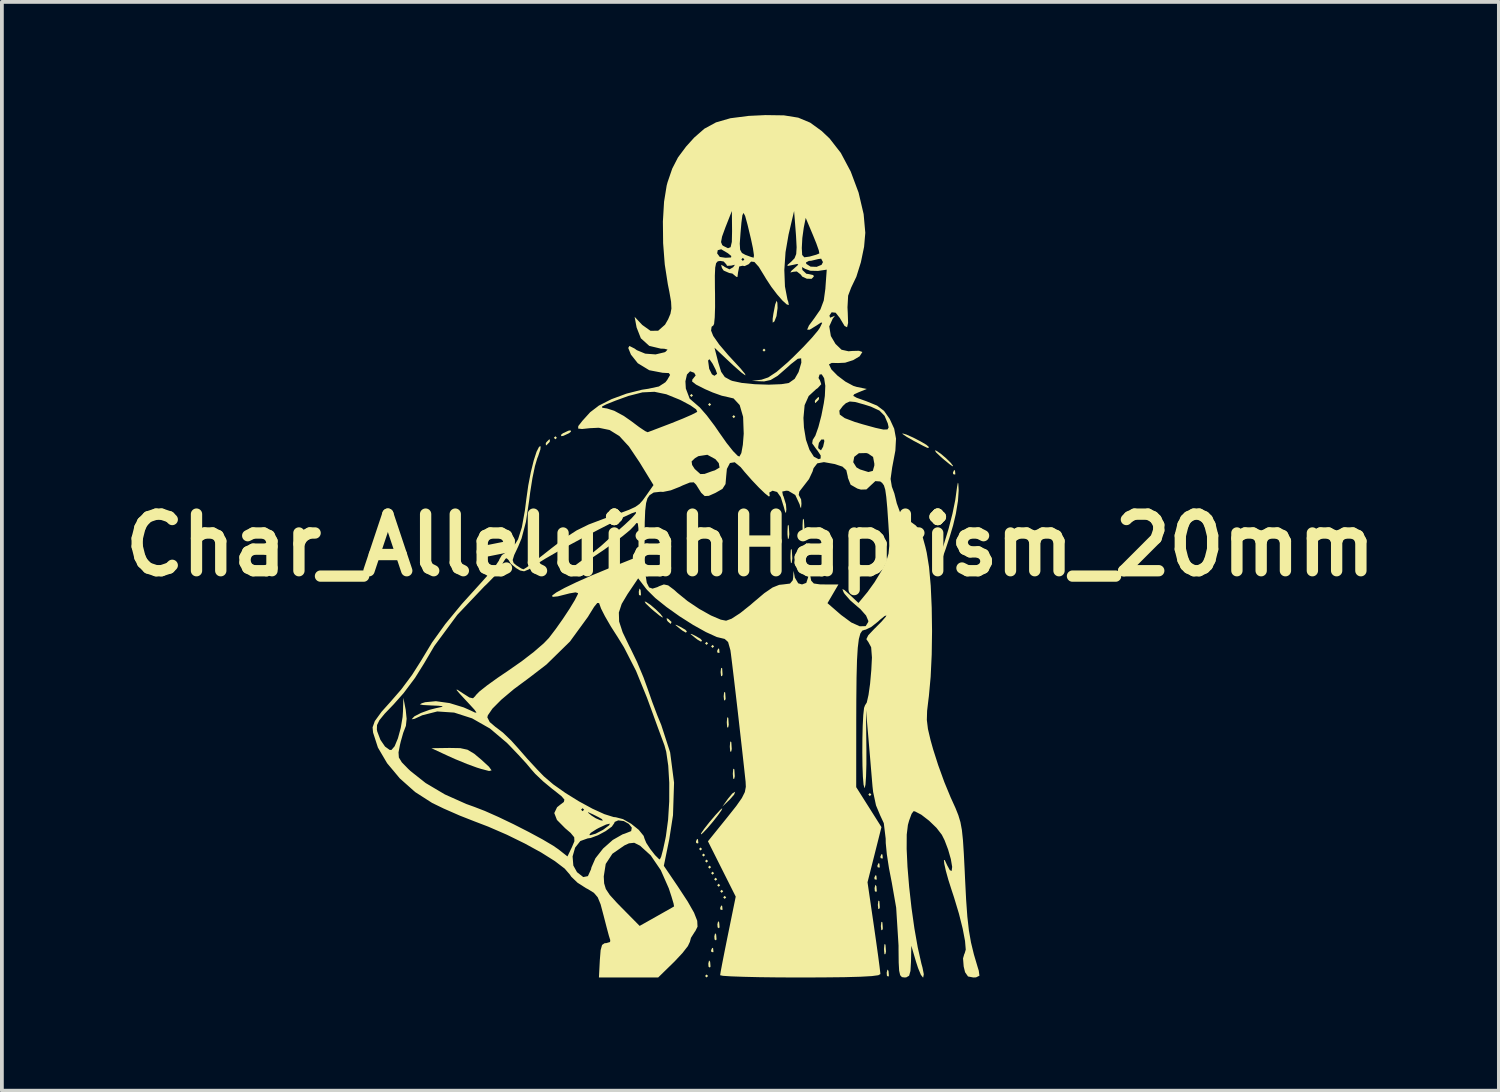
<source format=kicad_pcb>
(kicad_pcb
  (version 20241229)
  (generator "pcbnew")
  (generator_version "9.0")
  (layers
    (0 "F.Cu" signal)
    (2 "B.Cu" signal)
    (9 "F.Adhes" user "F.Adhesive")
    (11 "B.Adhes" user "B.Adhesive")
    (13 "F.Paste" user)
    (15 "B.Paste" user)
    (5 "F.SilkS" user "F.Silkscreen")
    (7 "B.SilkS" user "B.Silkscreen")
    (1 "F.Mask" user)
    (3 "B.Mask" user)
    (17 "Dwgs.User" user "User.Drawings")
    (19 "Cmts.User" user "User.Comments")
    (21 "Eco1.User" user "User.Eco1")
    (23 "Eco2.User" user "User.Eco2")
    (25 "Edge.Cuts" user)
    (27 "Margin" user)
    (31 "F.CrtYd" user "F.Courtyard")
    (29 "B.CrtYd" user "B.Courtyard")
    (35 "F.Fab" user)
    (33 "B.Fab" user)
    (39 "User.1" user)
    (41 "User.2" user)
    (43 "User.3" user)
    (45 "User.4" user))
  (footprint "Char_AllelujahHaptism_20mm"
    (layer "F.Cu")
    (at 16.836 11.396)
    (property "Reference" "Char_AllelujahHaptism_20mm" (at 0 0 0) (layer "F.SilkS") (effects (font (size 1.5 1.5) (thickness 0.3))))
    (attr board_only exclude_from_pos_files exclude_from_bom)
    (fp_poly (pts (xy -5.128 -2.844) (xy -5.168 -2.804) (xy -5.208 -2.844) (xy -5.168 -2.885)) (stroke (width 0) (type solid)) (fill yes) (layer "F.SilkS"))
    (fp_poly (pts (xy -4.808 0.681) (xy -4.848 0.721) (xy -4.888 0.681) (xy -4.848 0.641)) (stroke (width 0) (type solid)) (fill yes) (layer "F.SilkS"))
    (fp_poly (pts (xy -1.522 -3.966) (xy -1.562 -3.926) (xy -1.603 -3.966) (xy -1.562 -4.006)) (stroke (width 0) (type solid)) (fill yes) (layer "F.SilkS"))
    (fp_poly (pts (xy -1.282 8.053) (xy -1.322 8.093) (xy -1.362 8.053) (xy -1.322 8.013)) (stroke (width 0) (type solid)) (fill yes) (layer "F.SilkS"))
    (fp_poly (pts (xy -1.202 8.213) (xy -1.242 8.253) (xy -1.282 8.213) (xy -1.242 8.173)) (stroke (width 0) (type solid)) (fill yes) (layer "F.SilkS"))
    (fp_poly (pts (xy -1.122 2.604) (xy -1.162 2.644) (xy -1.202 2.604) (xy -1.162 2.564)) (stroke (width 0) (type solid)) (fill yes) (layer "F.SilkS"))
    (fp_poly (pts (xy -1.122 8.373) (xy -1.162 8.413) (xy -1.202 8.373) (xy -1.162 8.333)) (stroke (width 0) (type solid)) (fill yes) (layer "F.SilkS"))
    (fp_poly (pts (xy -1.122 11.418) (xy -1.162 11.458) (xy -1.202 11.418) (xy -1.162 11.378)) (stroke (width 0) (type solid)) (fill yes) (layer "F.SilkS"))
    (fp_poly (pts (xy -1.042 -3.726) (xy -1.082 -3.686) (xy -1.122 -3.726) (xy -1.082 -3.766)) (stroke (width 0) (type solid)) (fill yes) (layer "F.SilkS"))
    (fp_poly (pts (xy -1.042 8.533) (xy -1.082 8.574) (xy -1.122 8.533) (xy -1.082 8.493)) (stroke (width 0) (type solid)) (fill yes) (layer "F.SilkS"))
    (fp_poly (pts (xy -0.962 2.684) (xy -1.002 2.724) (xy -1.042 2.684) (xy -1.002 2.644)) (stroke (width 0) (type solid)) (fill yes) (layer "F.SilkS"))
    (fp_poly (pts (xy -0.962 8.694) (xy -1.002 8.734) (xy -1.042 8.694) (xy -1.002 8.654)) (stroke (width 0) (type solid)) (fill yes) (layer "F.SilkS"))
    (fp_poly (pts (xy -0.881 8.854) (xy -0.921 8.894) (xy -0.962 8.854) (xy -0.921 8.814)) (stroke (width 0) (type solid)) (fill yes) (layer "F.SilkS"))
    (fp_poly (pts (xy -0.801 9.014) (xy -0.841 9.054) (xy -0.881 9.014) (xy -0.841 8.974)) (stroke (width 0) (type solid)) (fill yes) (layer "F.SilkS"))
    (fp_poly (pts (xy -0.721 9.174) (xy -0.761 9.215) (xy -0.801 9.174) (xy -0.761 9.134)) (stroke (width 0) (type solid)) (fill yes) (layer "F.SilkS"))
    (fp_poly (pts (xy -0.641 9.335) (xy -0.681 9.375) (xy -0.721 9.335) (xy -0.681 9.295)) (stroke (width 0) (type solid)) (fill yes) (layer "F.SilkS"))
    (fp_poly (pts (xy -0.401 -3.405) (xy -0.441 -3.365) (xy -0.481 -3.405) (xy -0.441 -3.445)) (stroke (width 0) (type solid)) (fill yes) (layer "F.SilkS"))
    (fp_poly (pts (xy 0.401 -5.168) (xy 0.361 -5.128) (xy 0.321 -5.168) (xy 0.361 -5.208)) (stroke (width 0) (type solid)) (fill yes) (layer "F.SilkS"))
    (fp_poly (pts (xy 3.205 6.61) (xy 3.165 6.65) (xy 3.125 6.61) (xy 3.165 6.57)) (stroke (width 0) (type solid)) (fill yes) (layer "F.SilkS"))
    (fp_poly (pts (xy -2.91 1.187) (xy -2.9 1.312) (xy -2.916 1.34) (xy -2.953 1.317) (xy -2.958 1.235) (xy -2.939 1.15)) (stroke (width 0) (type solid)) (fill yes) (layer "F.SilkS"))
    (fp_poly (pts (xy -1.389 7.799) (xy -1.379 7.894) (xy -1.389 7.906) (xy -1.436 7.895) (xy -1.442 7.852) (xy -1.413 7.786)) (stroke (width 0) (type solid)) (fill yes) (layer "F.SilkS"))
    (fp_poly (pts (xy -1.067 11.042) (xy -1.057 11.168) (xy -1.073 11.196) (xy -1.11 11.172) (xy -1.115 11.091) (xy -1.096 11.005)) (stroke (width 0) (type solid)) (fill yes) (layer "F.SilkS"))
    (fp_poly (pts (xy -0.988 10.683) (xy -0.979 10.779) (xy -0.988 10.79) (xy -1.036 10.779) (xy -1.042 10.737) (xy -1.012 10.671)) (stroke (width 0) (type solid)) (fill yes) (layer "F.SilkS"))
    (fp_poly (pts (xy -0.907 10.321) (xy -0.897 10.446) (xy -0.913 10.475) (xy -0.95 10.451) (xy -0.955 10.37) (xy -0.936 10.284)) (stroke (width 0) (type solid)) (fill yes) (layer "F.SilkS"))
    (fp_poly (pts (xy -0.828 2.751) (xy -0.818 2.846) (xy -0.828 2.858) (xy -0.876 2.847) (xy -0.881 2.804) (xy -0.852 2.738)) (stroke (width 0) (type solid)) (fill yes) (layer "F.SilkS"))
    (fp_poly (pts (xy -0.827 10.001) (xy -0.817 10.126) (xy -0.833 10.154) (xy -0.869 10.13) (xy -0.875 10.049) (xy -0.855 9.964)) (stroke (width 0) (type solid)) (fill yes) (layer "F.SilkS"))
    (fp_poly (pts (xy -0.748 3.265) (xy -0.738 3.429) (xy -0.748 3.465) (xy -0.777 3.476) (xy -0.789 3.365) (xy -0.776 3.252)) (stroke (width 0) (type solid)) (fill yes) (layer "F.SilkS"))
    (fp_poly (pts (xy -0.748 9.562) (xy -0.738 9.657) (xy -0.748 9.669) (xy -0.795 9.658) (xy -0.801 9.615) (xy -0.772 9.549)) (stroke (width 0) (type solid)) (fill yes) (layer "F.SilkS"))
    (fp_poly (pts (xy -0.668 3.906) (xy -0.657 4.07) (xy -0.668 4.106) (xy -0.697 4.117) (xy -0.708 4.006) (xy -0.696 3.893)) (stroke (width 0) (type solid)) (fill yes) (layer "F.SilkS"))
    (fp_poly (pts (xy 3.339 8.76) (xy 3.348 8.856) (xy 3.339 8.867) (xy 3.291 8.856) (xy 3.285 8.814) (xy 3.314 8.748)) (stroke (width 0) (type solid)) (fill yes) (layer "F.SilkS"))
    (fp_poly (pts (xy 3.34 9.039) (xy 3.349 9.164) (xy 3.334 9.193) (xy 3.297 9.169) (xy 3.291 9.088) (xy 3.311 9.002)) (stroke (width 0) (type solid)) (fill yes) (layer "F.SilkS"))
    (fp_poly (pts (xy 3.418 9.435) (xy 3.429 9.599) (xy 3.418 9.635) (xy 3.389 9.645) (xy 3.378 9.535) (xy 3.391 9.421)) (stroke (width 0) (type solid)) (fill yes) (layer "F.SilkS"))
    (fp_poly (pts (xy 3.419 8.44) (xy 3.428 8.535) (xy 3.419 8.547) (xy 3.371 8.536) (xy 3.365 8.493) (xy 3.395 8.427)) (stroke (width 0) (type solid)) (fill yes) (layer "F.SilkS"))
    (fp_poly (pts (xy 3.498 9.996) (xy 3.509 10.16) (xy 3.498 10.196) (xy 3.469 10.206) (xy 3.458 10.096) (xy 3.471 9.982)) (stroke (width 0) (type solid)) (fill yes) (layer "F.SilkS"))
    (fp_poly (pts (xy 3.499 8.2) (xy 3.508 8.295) (xy 3.499 8.306) (xy 3.451 8.295) (xy 3.445 8.253) (xy 3.475 8.187)) (stroke (width 0) (type solid)) (fill yes) (layer "F.SilkS"))
    (fp_poly (pts (xy 3.66 11.283) (xy 3.67 11.408) (xy 3.654 11.436) (xy 3.618 11.412) (xy 3.612 11.331) (xy 3.632 11.246)) (stroke (width 0) (type solid)) (fill yes) (layer "F.SilkS"))
    (fp_poly (pts (xy 5.422 -1.976) (xy 5.431 -1.881) (xy 5.422 -1.87) (xy 5.374 -1.881) (xy 5.368 -1.923) (xy 5.398 -1.989)) (stroke (width 0) (type solid)) (fill yes) (layer "F.SilkS"))
    (fp_poly (pts (xy -2.176 1.955) (xy -2.09 2.036) (xy -2.107 2.083) (xy -2.119 2.083) (xy -2.186 2.026) (xy -2.211 1.991) (xy -2.221 1.936)) (stroke (width 0) (type solid)) (fill yes) (layer "F.SilkS"))
    (fp_poly (pts (xy -5.313 -2.753) (xy -5.328 -2.724) (xy -5.404 -2.648) (xy -5.418 -2.644) (xy -5.423 -2.696) (xy -5.409 -2.724) (xy -5.333 -2.801) (xy -5.319 -2.804)) (stroke (width 0) (type solid)) (fill yes) (layer "F.SilkS"))
    (fp_poly (pts (xy -4.753 -3.009) (xy -4.808 -2.965) (xy -4.954 -2.897) (xy -5.008 -2.887) (xy -5.022 -2.92) (xy -4.968 -2.965) (xy -4.822 -3.032) (xy -4.768 -3.042)) (stroke (width 0) (type solid)) (fill yes) (layer "F.SilkS"))
    (fp_poly (pts (xy -1.962 2.115) (xy -1.863 2.162) (xy -1.726 2.241) (xy -1.683 2.286) (xy -1.708 2.32) (xy -1.804 2.264) (xy -1.888 2.199) (xy -1.991 2.113)) (stroke (width 0) (type solid)) (fill yes) (layer "F.SilkS"))
    (fp_poly (pts (xy -1.561 2.355) (xy -1.462 2.402) (xy -1.326 2.481) (xy -1.282 2.527) (xy -1.307 2.56) (xy -1.403 2.504) (xy -1.487 2.439) (xy -1.59 2.353)) (stroke (width 0) (type solid)) (fill yes) (layer "F.SilkS"))
    (fp_poly (pts (xy -0.589 4.575) (xy -0.585 4.589) (xy -0.574 4.763) (xy -0.588 4.829) (xy -0.615 4.832) (xy -0.625 4.706) (xy -0.625 4.687) (xy -0.614 4.563)) (stroke (width 0) (type solid)) (fill yes) (layer "F.SilkS"))
    (fp_poly (pts (xy -0.509 5.216) (xy -0.505 5.23) (xy -0.494 5.404) (xy -0.508 5.47) (xy -0.535 5.473) (xy -0.545 5.347) (xy -0.545 5.328) (xy -0.534 5.204)) (stroke (width 0) (type solid)) (fill yes) (layer "F.SilkS"))
    (fp_poly (pts (xy -0.429 5.937) (xy -0.425 5.951) (xy -0.414 6.125) (xy -0.428 6.191) (xy -0.455 6.194) (xy -0.465 6.069) (xy -0.465 6.05) (xy -0.454 5.925)) (stroke (width 0) (type solid)) (fill yes) (layer "F.SilkS"))
    (fp_poly (pts (xy -0.405 6.54) (xy -0.432 6.612) (xy -0.544 6.74) (xy -0.557 6.753) (xy -0.744 6.931) (xy -0.592 6.718) (xy -0.48 6.583) (xy -0.408 6.538)) (stroke (width 0) (type solid)) (fill yes) (layer "F.SilkS"))
    (fp_poly (pts (xy 1.018 -0.5) (xy 1.031 -0.291) (xy 1.017 -0.179) (xy 0.995 -0.161) (xy 0.983 -0.276) (xy 0.982 -0.361) (xy 0.99 -0.516) (xy 1.008 -0.539)) (stroke (width 0) (type solid)) (fill yes) (layer "F.SilkS"))
    (fp_poly (pts (xy 1.098 0.141) (xy 1.111 0.35) (xy 1.097 0.462) (xy 1.075 0.48) (xy 1.063 0.365) (xy 1.062 0.28) (xy 1.07 0.125) (xy 1.088 0.102)) (stroke (width 0) (type solid)) (fill yes) (layer "F.SilkS"))
    (fp_poly (pts (xy 1.419 -0.66) (xy 1.432 -0.451) (xy 1.417 -0.34) (xy 1.396 -0.321) (xy 1.383 -0.436) (xy 1.382 -0.521) (xy 1.39 -0.676) (xy 1.408 -0.7)) (stroke (width 0) (type solid)) (fill yes) (layer "F.SilkS"))
    (fp_poly (pts (xy 1.499 -0.019) (xy 1.512 0.19) (xy 1.497 0.301) (xy 1.476 0.32) (xy 1.464 0.205) (xy 1.462 0.12) (xy 1.47 -0.035) (xy 1.488 -0.059)) (stroke (width 0) (type solid)) (fill yes) (layer "F.SilkS"))
    (fp_poly (pts (xy 1.818 -3.874) (xy 1.803 -3.846) (xy 1.727 -3.77) (xy 1.713 -3.766) (xy 1.708 -3.818) (xy 1.723 -3.846) (xy 1.798 -3.923) (xy 1.812 -3.926)) (stroke (width 0) (type solid)) (fill yes) (layer "F.SilkS"))
    (fp_poly (pts (xy 3.577 10.584) (xy 3.581 10.598) (xy 3.593 10.773) (xy 3.578 10.839) (xy 3.552 10.841) (xy 3.541 10.716) (xy 3.541 10.697) (xy 3.553 10.573)) (stroke (width 0) (type solid)) (fill yes) (layer "F.SilkS"))
    (fp_poly (pts (xy -2.266 0.22) (xy -2.266 0.222) (xy -2.253 0.483) (xy -2.266 0.703) (xy -2.283 0.747) (xy -2.295 0.651) (xy -2.299 0.441) (xy -2.294 0.235) (xy -2.282 0.156)) (stroke (width 0) (type solid)) (fill yes) (layer "F.SilkS"))
    (fp_poly (pts (xy 0.715 -6.423) (xy 0.72 -6.283) (xy 0.692 -6.07) (xy 0.637 -5.929) (xy 0.591 -5.895) (xy 0.59 -5.999) (xy 0.609 -6.13) (xy 0.657 -6.376) (xy 0.694 -6.475)) (stroke (width 0) (type solid)) (fill yes) (layer "F.SilkS"))
    (fp_poly (pts (xy -2.763 1.506) (xy -2.644 1.587) (xy -2.504 1.706) (xy -2.383 1.825) (xy -2.322 1.906) (xy -2.331 1.92) (xy -2.405 1.87) (xy -2.556 1.747) (xy -2.644 1.671) (xy -2.774 1.546) (xy -2.803 1.494)) (stroke (width 0) (type solid)) (fill yes) (layer "F.SilkS"))
    (fp_poly (pts (xy 4.929 -2.5) (xy 5.048 -2.42) (xy 5.188 -2.3) (xy 5.309 -2.181) (xy 5.37 -2.1) (xy 5.361 -2.087) (xy 5.287 -2.137) (xy 5.136 -2.26) (xy 5.048 -2.336) (xy 4.918 -2.46) (xy 4.889 -2.513)) (stroke (width 0) (type solid)) (fill yes) (layer "F.SilkS"))
    (fp_poly (pts (xy -0.764 7.024) (xy -0.857 7.156) (xy -0.992 7.328) (xy -1.136 7.498) (xy -1.257 7.626) (xy -1.307 7.667) (xy -1.31 7.643) (xy -1.228 7.523) (xy -1.091 7.348) (xy -0.922 7.149) (xy -0.796 7.013) (xy -0.745 6.971)) (stroke (width 0) (type solid)) (fill yes) (layer "F.SilkS"))
    (fp_poly (pts (xy -7.69 5.38) (xy -7.497 5.422) (xy -7.321 5.527) (xy -7.131 5.686) (xy -6.929 5.872) (xy -6.859 5.969) (xy -6.925 5.986) (xy -7.133 5.932) (xy -7.251 5.895) (xy -7.51 5.8) (xy -7.824 5.671) (xy -8.013 5.586) (xy -8.453 5.382) (xy -7.973 5.375)) (stroke (width 0) (type solid)) (fill yes) (layer "F.SilkS"))
    (fp_poly (pts (xy 4.135 -2.93) (xy 4.312 -2.851) (xy 4.506 -2.751) (xy 4.663 -2.659) (xy 4.727 -2.603) (xy 4.727 -2.602) (xy 4.722 -2.575) (xy 4.684 -2.58) (xy 4.578 -2.631) (xy 4.371 -2.741) (xy 4.327 -2.764) (xy 4.136 -2.873) (xy 4.033 -2.945) (xy 4.03 -2.961)) (stroke (width 0) (type solid)) (fill yes) (layer "F.SilkS"))
    (fp_poly (pts (xy 5.51 -1.63) (xy 5.518 -1.476) (xy 5.519 -1.441) (xy 5.501 -1.173) (xy 5.445 -0.831) (xy 5.371 -0.519) (xy 5.279 -0.211) (xy 5.176 0.1) (xy 5.074 0.384) (xy 4.986 0.61) (xy 4.921 0.748) (xy 4.892 0.766) (xy 4.891 0.761) (xy 4.914 0.653) (xy 4.979 0.433) (xy 5.073 0.138) (xy 5.13 -0.031) (xy 5.25 -0.425) (xy 5.356 -0.837) (xy 5.429 -1.195) (xy 5.44 -1.273) (xy 5.476 -1.538) (xy 5.498 -1.654)) (stroke (width 0) (type solid)) (fill yes) (layer "F.SilkS"))
    (fp_poly (pts (xy 0.889 -11.389) (xy 1.268 -11.328) (xy 1.584 -11.196) (xy 1.886 -10.977) (xy 2.098 -10.777) (xy 2.396 -10.394) (xy 2.659 -9.899) (xy 2.867 -9.342) (xy 3.001 -8.772) (xy 3.045 -8.276) (xy 3.013 -7.906) (xy 2.928 -7.496) (xy 2.808 -7.112) (xy 2.669 -6.821) (xy 2.669 -6.82) (xy 2.59 -6.611) (xy 2.573 -6.301) (xy 2.58 -6.158) (xy 2.589 -5.888) (xy 2.562 -5.773) (xy 2.495 -5.809) (xy 2.385 -5.993) (xy 2.374 -6.014) (xy 2.26 -6.159) (xy 2.153 -6.17) (xy 2.095 -6.084) (xy 2.111 -6.027) (xy 2.173 -6.05) (xy 2.242 -6.08) (xy 2.191 -6.013) (xy 2.183 -6.005) (xy 2.09 -5.796) (xy 2.132 -5.541) (xy 2.255 -5.332) (xy 2.415 -5.178) (xy 2.6 -5.137) (xy 2.696 -5.145) (xy 2.876 -5.15) (xy 2.963 -5.12) (xy 2.965 -5.114) (xy 2.895 -5.004) (xy 2.724 -4.902) (xy 2.51 -4.834) (xy 2.324 -4.825) (xy 2.156 -4.829) (xy 2.083 -4.79) (xy 2.083 -4.788) (xy 2.147 -4.656) (xy 2.308 -4.492) (xy 2.518 -4.333) (xy 2.729 -4.22) (xy 2.819 -4.192) (xy 3.085 -4.138) (xy 2.865 -4.049) (xy 2.748 -3.996) (xy 2.726 -3.954) (xy 2.818 -3.904) (xy 3.042 -3.824) (xy 3.076 -3.812) (xy 3.357 -3.697) (xy 3.541 -3.558) (xy 3.69 -3.346) (xy 3.696 -3.335) (xy 3.811 -3.085) (xy 3.859 -2.823) (xy 3.842 -2.506) (xy 3.763 -2.088) (xy 3.759 -2.07) (xy 3.715 -1.754) (xy 3.749 -1.549) (xy 3.815 -1.37) (xy 3.873 -1.134) (xy 3.877 -1.114) (xy 3.964 -0.875) (xy 4.153 -0.684) (xy 4.228 -0.633) (xy 4.381 -0.522) (xy 4.485 -0.401) (xy 4.562 -0.226) (xy 4.637 0.045) (xy 4.673 0.201) (xy 4.734 0.579) (xy 4.779 1.077) (xy 4.805 1.656) (xy 4.814 2.278) (xy 4.805 2.902) (xy 4.777 3.489) (xy 4.73 4.001) (xy 4.719 4.086) (xy 4.683 4.391) (xy 4.676 4.633) (xy 4.705 4.872) (xy 4.774 5.166) (xy 4.842 5.409) (xy 4.976 5.829) (xy 5.141 6.284) (xy 5.307 6.686) (xy 5.335 6.747) (xy 5.436 6.97) (xy 5.511 7.158) (xy 5.566 7.341) (xy 5.605 7.551) (xy 5.633 7.818) (xy 5.656 8.175) (xy 5.68 8.65) (xy 5.688 8.831) (xy 5.717 9.398) (xy 5.749 9.845) (xy 5.79 10.209) (xy 5.846 10.53) (xy 5.923 10.847) (xy 6.027 11.198) (xy 6.052 11.278) (xy 6.07 11.411) (xy 5.98 11.455) (xy 5.908 11.458) (xy 5.767 11.431) (xy 5.689 11.319) (xy 5.652 11.166) (xy 5.635 10.952) (xy 5.67 10.83) (xy 5.677 10.824) (xy 5.707 10.719) (xy 5.688 10.49) (xy 5.626 10.164) (xy 5.527 9.769) (xy 5.395 9.331) (xy 5.332 9.14) (xy 5.245 8.867) (xy 5.179 8.628) (xy 5.138 8.445) (xy 5.128 8.344) (xy 5.152 8.349) (xy 5.214 8.483) (xy 5.215 8.485) (xy 5.285 8.613) (xy 5.333 8.636) (xy 5.347 8.527) (xy 5.312 8.321) (xy 5.24 8.069) (xy 5.146 7.821) (xy 5.073 7.676) (xy 4.932 7.493) (xy 4.735 7.303) (xy 4.529 7.144) (xy 4.362 7.057) (xy 4.324 7.051) (xy 4.272 7.121) (xy 4.206 7.3) (xy 4.174 7.415) (xy 4.143 7.672) (xy 4.141 8.053) (xy 4.163 8.525) (xy 4.207 9.055) (xy 4.269 9.61) (xy 4.346 10.156) (xy 4.435 10.661) (xy 4.532 11.092) (xy 4.561 11.198) (xy 4.595 11.371) (xy 4.58 11.456) (xy 4.573 11.458) (xy 4.518 11.388) (xy 4.443 11.207) (xy 4.388 11.037) (xy 4.265 10.617) (xy 4.256 11.037) (xy 4.242 11.285) (xy 4.206 11.412) (xy 4.13 11.455) (xy 4.086 11.458) (xy 4.015 11.448) (xy 3.969 11.397) (xy 3.942 11.279) (xy 3.93 11.064) (xy 3.926 10.725) (xy 3.926 10.612) (xy 3.863 9.607) (xy 3.748 8.949) (xy 3.673 8.563) (xy 3.616 8.194) (xy 3.587 7.896) (xy 3.585 7.777) (xy 3.535 7.368) (xy 3.439 7.161) (xy 3.329 6.898) (xy 3.253 6.543) (xy 3.236 6.395) (xy 3.209 6.075) (xy 3.175 5.669) (xy 3.139 5.25) (xy 3.129 5.128) (xy 3.063 4.367) (xy 3.074 5.421) (xy 3.074 5.807) (xy 3.065 6.124) (xy 3.05 6.343) (xy 3.03 6.437) (xy 3.025 6.438) (xy 2.999 6.348) (xy 2.981 6.137) (xy 2.97 5.84) (xy 2.966 5.494) (xy 2.968 5.133) (xy 2.976 4.792) (xy 2.991 4.507) (xy 3.012 4.314) (xy 3.037 4.247) (xy 3.084 4.172) (xy 3.13 3.97) (xy 3.172 3.672) (xy 3.204 3.312) (xy 3.221 2.978) (xy 3.2 2.706) (xy 3.122 2.561) (xy 3.118 2.558) (xy 3.073 2.492) (xy 3.124 2.388) (xy 3.286 2.217) (xy 3.305 2.199) (xy 3.475 2.028) (xy 3.584 1.902) (xy 3.606 1.863) (xy 3.556 1.88) (xy 3.43 1.982) (xy 3.381 2.028) (xy 3.204 2.168) (xy 3.054 2.241) (xy 3.031 2.244) (xy 2.966 2.266) (xy 2.914 2.342) (xy 2.874 2.489) (xy 2.845 2.722) (xy 2.825 3.056) (xy 2.813 3.508) (xy 2.807 4.092) (xy 2.805 4.629) (xy 2.804 6.414) (xy 3.139 6.944) (xy 3.473 7.473) (xy 3.289 8.204) (xy 3.104 8.934) (xy 3.275 10.106) (xy 3.335 10.526) (xy 3.386 10.892) (xy 3.423 11.173) (xy 3.443 11.34) (xy 3.445 11.368) (xy 3.39 11.398) (xy 3.218 11.421) (xy 2.919 11.438) (xy 2.486 11.45) (xy 1.909 11.456) (xy 1.322 11.458) (xy 0.758 11.456) (xy 0.25 11.45) (xy -0.181 11.44) (xy -0.514 11.428) (xy -0.728 11.414) (xy -0.802 11.398) (xy -0.787 11.301) (xy -0.745 11.078) (xy -0.683 10.762) (xy -0.607 10.384) (xy -0.595 10.326) (xy -0.389 9.315) (xy -0.757 8.582) (xy -1.125 7.849) (xy -0.61 7.211) (xy -0.374 6.913) (xy -0.226 6.702) (xy -0.147 6.544) (xy -0.121 6.405) (xy -0.127 6.271) (xy -0.168 5.893) (xy -0.218 5.442) (xy -0.274 4.948) (xy -0.331 4.441) (xy -0.388 3.951) (xy -0.44 3.508) (xy -0.484 3.143) (xy -0.516 2.885) (xy -0.53 2.784) (xy -0.591 2.568) (xy -0.684 2.484) (xy -0.691 2.484) (xy -0.89 2.436) (xy -1.177 2.305) (xy -1.518 2.115) (xy -1.878 1.886) (xy -2.224 1.64) (xy -2.522 1.401) (xy -2.737 1.188) (xy -2.768 1.15) (xy -2.974 0.88) (xy -3.256 1.298) (xy -3.411 1.558) (xy -3.486 1.787) (xy -3.479 2.024) (xy -3.386 2.309) (xy -3.207 2.682) (xy -3.174 2.745) (xy -3.003 3.099) (xy -2.832 3.507) (xy -2.724 3.805) (xy -2.601 4.157) (xy -2.466 4.514) (xy -2.362 4.767) (xy -2.127 5.492) (xy -2.023 6.295) (xy -2.051 7.16) (xy -2.15 7.795) (xy -2.294 8.499) (xy -1.921 9.049) (xy -1.661 9.446) (xy -1.493 9.741) (xy -1.409 9.956) (xy -1.401 10.112) (xy -1.461 10.232) (xy -1.472 10.244) (xy -1.575 10.407) (xy -1.603 10.513) (xy -1.657 10.627) (xy -1.8 10.81) (xy -2.002 11.026) (xy -2.023 11.047) (xy -2.444 11.458) (xy -3.229 11.458) (xy -4.014 11.458) (xy -3.99 10.997) (xy -3.969 10.734) (xy -3.931 10.596) (xy -3.863 10.549) (xy -3.822 10.548) (xy -3.719 10.518) (xy -3.714 10.468) (xy -3.751 10.349) (xy -3.812 10.121) (xy -3.886 9.834) (xy -3.891 9.815) (xy -3.97 9.518) (xy -4.046 9.333) (xy -4.147 9.215) (xy -4.301 9.119) (xy -4.359 9.089) (xy -4.582 8.946) (xy -4.749 8.785) (xy -4.782 8.734) (xy -4.921 8.573) (xy -5.183 8.373) (xy -5.544 8.146) (xy -5.976 7.909) (xy -6.453 7.675) (xy -6.949 7.46) (xy -7.317 7.319) (xy -7.704 7.167) (xy -8.128 6.981) (xy -8.435 6.832) (xy -8.885 6.543) (xy -9.29 6.183) (xy -9.627 5.78) (xy -9.871 5.365) (xy -9.999 4.968) (xy -10.007 4.888) (xy -9.899 4.888) (xy -9.888 4.941) (xy -9.804 5.161) (xy -9.682 5.339) (xy -9.558 5.428) (xy -9.512 5.428) (xy -9.428 5.33) (xy -9.341 5.12) (xy -9.266 4.846) (xy -9.217 4.555) (xy -9.207 4.407) (xy -9.196 4.046) (xy -9.134 4.367) (xy -9.11 4.603) (xy -9.129 4.788) (xy -9.14 4.817) (xy -9.2 4.974) (xy -9.267 5.21) (xy -9.287 5.296) (xy -9.325 5.492) (xy -9.316 5.628) (xy -9.237 5.757) (xy -9.069 5.929) (xy -9.009 5.986) (xy -8.606 6.305) (xy -8.096 6.607) (xy -7.53 6.86) (xy -7.313 6.938) (xy -7.036 7.045) (xy -6.678 7.204) (xy -6.277 7.396) (xy -5.875 7.601) (xy -5.51 7.798) (xy -5.224 7.967) (xy -5.088 8.061) (xy -4.848 8.25) (xy -4.848 8.25) (xy -4.712 8.25) (xy -4.692 8.492) (xy -4.595 8.667) (xy -4.429 8.797) (xy -4.345 8.78) (xy -3.886 8.78) (xy -3.876 8.963) (xy -3.831 9.113) (xy -3.726 9.272) (xy -3.539 9.478) (xy -3.41 9.61) (xy -2.935 10.091) (xy -2.489 9.84) (xy -2.256 9.708) (xy -2.088 9.613) (xy -2.023 9.575) (xy -2.036 9.499) (xy -2.091 9.314) (xy -2.163 9.095) (xy -2.375 8.614) (xy -2.642 8.222) (xy -2.924 7.966) (xy -3.078 7.888) (xy -3.218 7.903) (xy -3.339 7.959) (xy -3.657 8.179) (xy -3.834 8.449) (xy -3.886 8.78) (xy -4.345 8.78) (xy -4.306 8.772) (xy -4.224 8.592) (xy -4.213 8.541) (xy -4.107 8.299) (xy -3.903 8.04) (xy -3.647 7.813) (xy -3.388 7.665) (xy -3.327 7.645) (xy -3.16 7.579) (xy -3.143 7.487) (xy -3.221 7.388) (xy -3.354 7.313) (xy -3.502 7.294) (xy -3.598 7.336) (xy -3.606 7.365) (xy -3.672 7.46) (xy -3.835 7.579) (xy -4.04 7.689) (xy -4.233 7.761) (xy -4.312 7.772) (xy -4.507 7.842) (xy -4.645 8.017) (xy -4.712 8.25) (xy -4.848 8.25) (xy -4.729 8.002) (xy -4.664 7.848) (xy -4.669 7.742) (xy -4.719 7.682) (xy -4.269 7.682) (xy -4.247 7.688) (xy -4.102 7.648) (xy -3.909 7.547) (xy -3.886 7.532) (xy -3.741 7.423) (xy -3.726 7.381) (xy -3.825 7.405) (xy -4.02 7.496) (xy -4.086 7.532) (xy -4.232 7.626) (xy -4.269 7.682) (xy -4.719 7.682) (xy -4.764 7.627) (xy -4.909 7.503) (xy -5.127 7.282) (xy -5.197 7.101) (xy -5.186 7.077) (xy -4.3 7.077) (xy -4.299 7.094) (xy -4.211 7.167) (xy -4.097 7.239) (xy -3.98 7.29) (xy -3.911 7.302) (xy -3.933 7.262) (xy -4.023 7.21) (xy -4.167 7.138) (xy -4.3 7.077) (xy -5.186 7.077) (xy -5.154 7.011) (xy -4.487 7.011) (xy -4.447 7.051) (xy -4.407 7.011) (xy -4.447 6.971) (xy -4.487 7.011) (xy -5.154 7.011) (xy -5.123 6.946) (xy -5.034 6.875) (xy -4.944 6.807) (xy -4.929 6.744) (xy -5.005 6.655) (xy -5.189 6.508) (xy -5.252 6.46) (xy -5.495 6.259) (xy -5.706 6.058) (xy -5.806 5.944) (xy -5.938 5.786) (xy -6.146 5.559) (xy -6.389 5.305) (xy -6.453 5.24) (xy -6.901 4.861) (xy -7.375 4.591) (xy -7.453 4.566) (xy -6.971 4.566) (xy -6.907 4.69) (xy -6.753 4.821) (xy -6.736 4.832) (xy -6.56 4.967) (xy -6.338 5.18) (xy -6.155 5.383) (xy -5.909 5.665) (xy -5.639 5.957) (xy -5.475 6.126) (xy -5.225 6.34) (xy -4.902 6.568) (xy -4.544 6.79) (xy -4.186 6.985) (xy -3.868 7.13) (xy -3.626 7.206) (xy -3.566 7.212) (xy -3.377 7.261) (xy -3.159 7.385) (xy -2.959 7.545) (xy -2.829 7.705) (xy -2.804 7.784) (xy -2.759 7.892) (xy -2.653 8.055) (xy -2.527 8.216) (xy -2.424 8.318) (xy -2.4 8.329) (xy -2.365 8.258) (xy -2.314 8.067) (xy -2.255 7.793) (xy -2.239 7.712) (xy -2.181 7.278) (xy -2.151 6.791) (xy -2.15 6.299) (xy -2.177 5.845) (xy -2.231 5.475) (xy -2.278 5.305) (xy -2.349 5.114) (xy -2.46 4.814) (xy -2.594 4.445) (xy -2.739 4.049) (xy -2.74 4.046) (xy -3.031 3.332) (xy -3.35 2.709) (xy -3.509 2.451) (xy -3.7 2.152) (xy -3.856 1.882) (xy -3.957 1.683) (xy -3.978 1.625) (xy -4.01 1.536) (xy -4.058 1.534) (xy -4.141 1.635) (xy -4.279 1.857) (xy -4.303 1.898) (xy -4.782 2.555) (xy -5.403 3.163) (xy -5.849 3.506) (xy -6.266 3.815) (xy -6.6 4.096) (xy -6.836 4.333) (xy -6.958 4.511) (xy -6.971 4.566) (xy -7.453 4.566) (xy -7.85 4.438) (xy -8.299 4.408) (xy -8.699 4.51) (xy -8.738 4.529) (xy -8.896 4.601) (xy -8.973 4.616) (xy -8.974 4.612) (xy -8.905 4.538) (xy -8.731 4.448) (xy -8.502 4.364) (xy -8.333 4.321) (xy -8.18 4.288) (xy -8.154 4.269) (xy -8.268 4.257) (xy -8.453 4.249) (xy -8.678 4.237) (xy -8.758 4.221) (xy -8.709 4.191) (xy -8.619 4.163) (xy -8.334 4.136) (xy -7.973 4.186) (xy -7.597 4.301) (xy -7.424 4.378) (xy -7.297 4.438) (xy -7.258 4.437) (xy -7.314 4.359) (xy -7.472 4.187) (xy -7.532 4.123) (xy -7.714 3.926) (xy -7.791 3.833) (xy -7.768 3.831) (xy -7.649 3.907) (xy -7.622 3.926) (xy -7.446 4.038) (xy -7.351 4.059) (xy -7.289 3.998) (xy -7.276 3.976) (xy -7.182 3.88) (xy -6.982 3.721) (xy -6.706 3.522) (xy -6.408 3.32) (xy -6.061 3.078) (xy -5.737 2.828) (xy -5.476 2.602) (xy -5.34 2.461) (xy -5.161 2.226) (xy -4.97 1.956) (xy -4.793 1.688) (xy -4.654 1.459) (xy -4.576 1.306) (xy -4.567 1.272) (xy -4.634 1.252) (xy -4.798 1.28) (xy -4.827 1.288) (xy -5.104 1.358) (xy -5.243 1.372) (xy -5.253 1.335) (xy -5.143 1.254) (xy -4.922 1.133) (xy -4.6 0.978) (xy -4.186 0.795) (xy -3.69 0.59) (xy -3.615 0.56) (xy -2.965 0.3) (xy -2.965 -0.084) (xy -2.804 -0.084) (xy -2.8 0.413) (xy -2.782 0.768) (xy -2.746 0.998) (xy -2.684 1.121) (xy -2.593 1.153) (xy -2.465 1.113) (xy -2.418 1.089) (xy -2.293 1.042) (xy -2.179 1.067) (xy -2.024 1.183) (xy -1.938 1.261) (xy -1.665 1.483) (xy -1.353 1.692) (xy -1.046 1.864) (xy -0.785 1.975) (xy -0.644 2.003) (xy -0.498 1.95) (xy -0.272 1.803) (xy 0.003 1.584) (xy 0.074 1.522) (xy 0.369 1.273) (xy 0.588 1.123) (xy 0.763 1.053) (xy 0.868 1.042) (xy 1.05 1.019) (xy 1.123 0.931) (xy 1.133 0.861) (xy 1.144 0.681) (xy 1.178 0.861) (xy 1.267 1.012) (xy 1.368 1.042) (xy 1.481 1.001) (xy 1.53 0.853) (xy 1.535 0.781) (xy 1.548 0.521) (xy 1.58 0.781) (xy 1.611 0.942) (xy 1.681 1.017) (xy 1.84 1.04) (xy 1.973 1.042) (xy 2.333 1.042) (xy 2.188 1.29) (xy 2.043 1.538) (xy 2.404 1.851) (xy 2.674 2.05) (xy 2.898 2.151) (xy 3.055 2.147) (xy 3.124 2.035) (xy 3.125 2.007) (xy 3.065 1.866) (xy 2.914 1.695) (xy 2.841 1.634) (xy 2.643 1.461) (xy 2.496 1.292) (xy 2.47 1.25) (xy 2.437 1.165) (xy 2.488 1.187) (xy 2.624 1.307) (xy 2.864 1.533) (xy 3.102 1.245) (xy 3.288 0.987) (xy 3.471 0.687) (xy 3.524 0.587) (xy 3.61 0.398) (xy 3.661 0.224) (xy 3.68 0.02) (xy 3.675 -0.262) (xy 3.657 -0.552) (xy 3.628 -0.98) (xy 3.601 -1.275) (xy 3.574 -1.467) (xy 3.539 -1.582) (xy 3.492 -1.648) (xy 3.44 -1.687) (xy 3.311 -1.696) (xy 3.197 -1.59) (xy 3.076 -1.476) (xy 2.929 -1.471) (xy 2.836 -1.498) (xy 2.656 -1.601) (xy 2.584 -1.784) (xy 2.58 -1.82) (xy 2.542 -1.985) (xy 2.44 -2.08) (xy 2.23 -2.149) (xy 1.957 -2.198) (xy 2.725 -2.198) (xy 2.811 -2.06) (xy 2.905 -2.006) (xy 3.127 -1.937) (xy 3.244 -1.967) (xy 3.284 -2.107) (xy 3.285 -2.155) (xy 3.251 -2.337) (xy 3.12 -2.426) (xy 3.072 -2.44) (xy 2.874 -2.435) (xy 2.752 -2.339) (xy 2.725 -2.198) (xy 1.957 -2.198) (xy 1.947 -2.199) (xy 1.773 -2.167) (xy 1.674 -2.039) (xy 1.647 -1.95) (xy 1.553 -1.75) (xy 1.404 -1.557) (xy 1.296 -1.418) (xy 1.28 -1.326) (xy 1.287 -1.319) (xy 1.344 -1.211) (xy 1.353 -1.097) (xy 1.342 -0.978) (xy 1.321 -1.014) (xy 1.304 -1.082) (xy 1.189 -1.329) (xy 1.005 -1.438) (xy 0.949 -1.442) (xy 0.844 -1.419) (xy 0.862 -1.32) (xy 0.879 -1.287) (xy 0.943 -1.078) (xy 0.953 -0.947) (xy 0.942 -0.848) (xy 0.916 -0.894) (xy 0.886 -1.009) (xy 0.804 -1.273) (xy 0.708 -1.408) (xy 0.588 -1.442) (xy 0.501 -1.393) (xy 0.513 -1.302) (xy 0.49 -1.288) (xy 0.386 -1.37) (xy 0.227 -1.523) (xy 0.039 -1.721) (xy -0.154 -1.94) (xy -0.258 -2.067) (xy -0.415 -2.196) (xy -0.542 -2.176) (xy -0.623 -2.019) (xy -0.641 -1.833) (xy -0.659 -1.618) (xy -0.741 -1.49) (xy -0.926 -1.384) (xy -1.101 -1.306) (xy -1.211 -1.3) (xy -1.304 -1.387) (xy -1.43 -1.588) (xy -1.438 -1.601) (xy -1.501 -1.664) (xy -1.605 -1.659) (xy -1.793 -1.583) (xy -1.868 -1.547) (xy -2.109 -1.452) (xy -2.315 -1.41) (xy -2.383 -1.414) (xy -2.563 -1.394) (xy -2.672 -1.323) (xy -2.727 -1.243) (xy -2.764 -1.115) (xy -2.788 -0.912) (xy -2.8 -0.607) (xy -2.804 -0.173) (xy -2.804 -0.084) (xy -2.965 -0.084) (xy -2.965 -0.188) (xy -2.968 -0.45) (xy -2.983 -0.576) (xy -3.018 -0.587) (xy -3.08 -0.512) (xy -3.189 -0.4) (xy -3.383 -0.24) (xy -3.633 -0.052) (xy -3.911 0.145) (xy -4.187 0.33) (xy -4.433 0.485) (xy -4.62 0.59) (xy -4.719 0.624) (xy -4.727 0.614) (xy -4.667 0.555) (xy -4.515 0.442) (xy -4.427 0.381) (xy -4.185 0.207) (xy -3.964 0.027) (xy -3.922 -0.01) (xy -3.75 -0.167) (xy -3.516 -0.377) (xy -3.33 -0.541) (xy -3.147 -0.713) (xy -3.039 -0.835) (xy -3.031 -0.881) (xy -3.14 -0.845) (xy -3.36 -0.744) (xy -3.663 -0.595) (xy -4.021 -0.413) (xy -4.405 -0.211) (xy -4.787 -0.006) (xy -5.138 0.188) (xy -5.43 0.356) (xy -5.635 0.483) (xy -5.666 0.504) (xy -5.869 0.642) (xy -5.997 0.694) (xy -6.104 0.672) (xy -6.207 0.61) (xy -6.351 0.491) (xy -6.41 0.394) (xy -6.459 0.348) (xy -6.49 0.361) (xy -6.563 0.476) (xy -6.57 0.53) (xy -6.626 0.637) (xy -6.774 0.816) (xy -6.985 1.032) (xy -7.051 1.094) (xy -7.767 1.848) (xy -8.376 2.673) (xy -8.646 3.132) (xy -8.887 3.518) (xy -9.189 3.921) (xy -9.455 4.221) (xy -9.692 4.468) (xy -9.832 4.64) (xy -9.895 4.769) (xy -9.899 4.888) (xy -10.007 4.888) (xy -10.012 4.828) (xy -9.953 4.663) (xy -9.776 4.418) (xy -9.533 4.147) (xy -9.251 3.822) (xy -8.968 3.442) (xy -8.741 3.085) (xy -8.73 3.067) (xy -8.438 2.583) (xy -8.085 2.091) (xy -7.647 1.56) (xy -7.158 1.02) (xy -6.935 0.771) (xy -6.762 0.557) (xy -6.664 0.41) (xy -6.65 0.372) (xy -6.585 0.264) (xy -6.45 0.175) (xy -6.286 0.054) (xy -6.157 -0.155) (xy -6.057 -0.471) (xy -5.976 -0.916) (xy -5.938 -1.219) (xy -5.887 -1.58) (xy -5.819 -1.931) (xy -5.743 -2.239) (xy -5.667 -2.475) (xy -5.599 -2.608) (xy -5.558 -2.62) (xy -5.566 -2.534) (xy -5.624 -2.358) (xy -5.649 -2.297) (xy -5.71 -2.091) (xy -5.776 -1.776) (xy -5.835 -1.404) (xy -5.863 -1.183) (xy -5.949 -0.613) (xy -6.064 -0.178) (xy -6.152 0.035) (xy -6.26 0.264) (xy -6.3 0.396) (xy -6.274 0.475) (xy -6.203 0.535) (xy -6.07 0.62) (xy -6.013 0.641) (xy -5.936 0.594) (xy -5.762 0.466) (xy -5.519 0.278) (xy -5.287 0.095) (xy -4.922 -0.185) (xy -4.608 -0.388) (xy -4.285 -0.547) (xy -3.889 -0.697) (xy -3.834 -0.717) (xy -3.464 -0.844) (xy -3.213 -0.937) (xy -3.049 -1.013) (xy -2.939 -1.091) (xy -2.851 -1.19) (xy -2.753 -1.326) (xy -2.746 -1.336) (xy -2.568 -1.591) (xy -2.94 -2.199) (xy -2.953 -2.218) (xy -1.558 -2.218) (xy -1.544 -2.124) (xy -1.476 -2.018) (xy -1.325 -1.883) (xy -1.214 -1.887) (xy -1.015 -1.959) (xy -0.941 -1.982) (xy -0.817 -2.055) (xy -0.838 -2.173) (xy -0.927 -2.278) (xy -1.141 -2.394) (xy -1.378 -2.358) (xy -1.469 -2.304) (xy -1.558 -2.218) (xy -2.953 -2.218) (xy -3.218 -2.613) (xy -3.474 -2.891) (xy -3.733 -3.051) (xy -4.019 -3.11) (xy -4.253 -3.099) (xy -4.462 -3.077) (xy -4.565 -3.089) (xy -4.561 -3.155) (xy -4.449 -3.298) (xy -4.246 -3.522) (xy -4.049 -3.672) (xy -3.933 -3.672) (xy -3.926 -3.641) (xy -3.813 -3.623) (xy -3.802 -3.622) (xy -3.608 -3.56) (xy -3.356 -3.424) (xy -3.161 -3.288) (xy -2.949 -3.129) (xy -2.79 -3.022) (xy -2.723 -2.992) (xy -2.634 -3.025) (xy -2.434 -3.101) (xy -2.162 -3.205) (xy -2.082 -3.236) (xy -1.791 -3.353) (xy -1.557 -3.455) (xy -1.422 -3.524) (xy -1.408 -3.534) (xy -1.438 -3.598) (xy -1.589 -3.704) (xy -1.835 -3.835) (xy -1.875 -3.854) (xy -2.229 -3.998) (xy -2.542 -4.063) (xy -2.86 -4.048) (xy -3.233 -3.953) (xy -3.574 -3.829) (xy -3.822 -3.73) (xy -3.933 -3.672) (xy -4.049 -3.672) (xy -4.017 -3.697) (xy -3.68 -3.868) (xy -3.282 -4.015) (xy -2.874 -4.118) (xy -2.707 -4.143) (xy -2.425 -4.204) (xy -2.251 -4.317) (xy -2.233 -4.341) (xy -1.722 -4.341) (xy -1.711 -4.15) (xy -1.609 -3.881) (xy -1.467 -3.758) (xy -1.339 -3.647) (xy -1.155 -3.436) (xy -0.946 -3.159) (xy -0.826 -2.984) (xy -0.63 -2.706) (xy -0.459 -2.491) (xy -0.336 -2.366) (xy -0.291 -2.347) (xy -0.24 -2.439) (xy -0.2 -2.657) (xy -0.177 -2.951) (xy -0.192 -3.371) (xy 1.406 -3.371) (xy 1.419 -3.116) (xy 1.473 -2.791) (xy 1.567 -2.523) (xy 1.683 -2.342) (xy 1.807 -2.278) (xy 1.861 -2.295) (xy 1.863 -2.376) (xy 1.771 -2.515) (xy 1.751 -2.537) (xy 1.71 -2.594) (xy 1.795 -2.594) (xy 1.808 -2.556) (xy 1.871 -2.512) (xy 1.927 -2.609) (xy 1.959 -2.75) (xy 1.952 -2.799) (xy 1.88 -2.799) (xy 1.815 -2.709) (xy 1.795 -2.594) (xy 1.71 -2.594) (xy 1.637 -2.697) (xy 1.652 -2.789) (xy 1.722 -2.901) (xy 1.802 -3.129) (xy 1.881 -3.431) (xy 1.907 -3.563) (xy 2.357 -3.563) (xy 2.369 -3.46) (xy 2.501 -3.365) (xy 2.768 -3.264) (xy 2.978 -3.201) (xy 3.316 -3.108) (xy 3.526 -3.062) (xy 3.634 -3.066) (xy 3.664 -3.12) (xy 3.641 -3.225) (xy 3.641 -3.225) (xy 3.555 -3.428) (xy 3.42 -3.565) (xy 3.191 -3.671) (xy 3.018 -3.726) (xy 2.776 -3.793) (xy 2.632 -3.806) (xy 2.531 -3.762) (xy 2.45 -3.687) (xy 2.357 -3.563) (xy 1.907 -3.563) (xy 1.946 -3.764) (xy 1.973 -3.952) (xy 1.985 -4.221) (xy 1.954 -4.424) (xy 1.89 -4.526) (xy 1.833 -4.521) (xy 1.805 -4.429) (xy 1.844 -4.365) (xy 1.878 -4.264) (xy 1.783 -4.16) (xy 1.74 -4.131) (xy 1.545 -3.951) (xy 1.437 -3.709) (xy 1.406 -3.371) (xy -0.192 -3.371) (xy -0.193 -3.399) (xy -0.284 -3.712) (xy -0.446 -3.887) (xy -0.601 -3.924) (xy -0.758 -3.959) (xy -0.999 -4.045) (xy -1.199 -4.132) (xy -1.44 -4.254) (xy -1.546 -4.338) (xy -1.534 -4.399) (xy -1.521 -4.408) (xy -1.45 -4.498) (xy -1.49 -4.567) (xy -1.598 -4.607) (xy -1.681 -4.521) (xy -1.722 -4.341) (xy -2.233 -4.341) (xy -2.204 -4.378) (xy -2.128 -4.51) (xy -2.161 -4.559) (xy -2.326 -4.567) (xy -2.68 -4.635) (xy -2.984 -4.82) (xy -3.027 -4.874) (xy -1.119 -4.874) (xy -1.092 -4.673) (xy -1.019 -4.526) (xy -0.953 -4.487) (xy -0.885 -4.537) (xy -0.884 -4.547) (xy -0.923 -4.654) (xy -1.002 -4.808) (xy -1.084 -4.926) (xy -1.117 -4.9) (xy -1.119 -4.874) (xy -3.027 -4.874) (xy -3.166 -5.049) (xy -3.237 -5.225) (xy -3.206 -5.278) (xy -3.071 -5.21) (xy -3.009 -5.166) (xy -2.787 -5.074) (xy -2.512 -5.054) (xy -2.273 -5.111) (xy -2.244 -5.128) (xy -2.195 -5.182) (xy -2.284 -5.204) (xy -2.375 -5.207) (xy -2.68 -5.28) (xy -2.903 -5.481) (xy -3.016 -5.769) (xy -3.068 -6.05) (xy -2.865 -5.834) (xy -2.647 -5.679) (xy -2.443 -5.682) (xy -2.439 -5.686) (xy -1.042 -5.686) (xy -0.985 -5.543) (xy -0.827 -5.317) (xy -0.587 -5.035) (xy -0.501 -4.942) (xy -0.263 -4.684) (xy -0.141 -4.536) (xy -0.132 -4.497) (xy -0.233 -4.569) (xy -0.441 -4.752) (xy -0.616 -4.915) (xy -0.951 -5.231) (xy -0.851 -4.839) (xy -0.775 -4.593) (xy -0.678 -4.454) (xy -0.522 -4.368) (xy -0.476 -4.351) (xy -0.226 -4.298) (xy 0.117 -4.264) (xy 0.487 -4.252) (xy 0.819 -4.265) (xy 1.017 -4.296) (xy 1.173 -4.406) (xy 1.277 -4.587) (xy 1.35 -4.835) (xy 1.345 -4.951) (xy 1.256 -4.938) (xy 1.074 -4.797) (xy 0.965 -4.698) (xy 0.722 -4.487) (xy 0.537 -4.376) (xy 0.367 -4.339) (xy 0.304 -4.34) (xy 0.04 -4.352) (xy 0.295 -4.384) (xy 0.472 -4.444) (xy 0.696 -4.592) (xy 0.988 -4.844) (xy 1.145 -4.993) (xy 1.407 -5.255) (xy 1.632 -5.497) (xy 1.789 -5.684) (xy 1.84 -5.759) (xy 1.903 -5.89) (xy 1.874 -5.9) (xy 1.753 -5.82) (xy 1.572 -5.709) (xy 1.504 -5.709) (xy 1.551 -5.819) (xy 1.694 -6.012) (xy 1.856 -6.246) (xy 1.944 -6.482) (xy 1.987 -6.796) (xy 1.988 -6.817) (xy 2.023 -7.3) (xy 1.793 -7.266) (xy 1.586 -7.271) (xy 1.449 -7.322) (xy 1.368 -7.368) (xy 1.378 -7.291) (xy 1.482 -7.192) (xy 1.551 -7.182) (xy 1.664 -7.157) (xy 1.683 -7.122) (xy 1.624 -7.058) (xy 1.497 -7.059) (xy 1.374 -7.116) (xy 1.334 -7.17) (xy 1.23 -7.252) (xy 1.145 -7.244) (xy 1.058 -7.225) (xy 1.092 -7.274) (xy 1.162 -7.335) (xy 1.269 -7.432) (xy 1.242 -7.451) (xy 1.122 -7.425) (xy 0.984 -7.397) (xy 0.986 -7.428) (xy 1.059 -7.491) (xy 1.473 -7.491) (xy 1.482 -7.452) (xy 1.596 -7.38) (xy 1.755 -7.374) (xy 1.886 -7.428) (xy 1.923 -7.5) (xy 1.875 -7.591) (xy 1.796 -7.58) (xy 1.612 -7.536) (xy 1.551 -7.532) (xy 1.473 -7.491) (xy 1.059 -7.491) (xy 1.086 -7.515) (xy 1.17 -7.602) (xy 1.214 -7.714) (xy 1.224 -7.874) (xy 1.362 -7.874) (xy 1.372 -7.69) (xy 1.428 -7.627) (xy 1.567 -7.646) (xy 1.582 -7.65) (xy 1.75 -7.698) (xy 1.827 -7.73) (xy 1.812 -7.811) (xy 1.747 -7.996) (xy 1.659 -8.213) (xy 1.466 -8.672) (xy 1.414 -8.412) (xy 1.376 -8.137) (xy 1.362 -7.874) (xy 1.224 -7.874) (xy 1.225 -7.893) (xy 1.21 -8.182) (xy 1.205 -8.253) (xy 1.158 -8.854) (xy 1.011 -8.228) (xy 0.931 -7.764) (xy 0.899 -7.288) (xy 0.916 -6.853) (xy 0.982 -6.508) (xy 1.003 -6.45) (xy 1.019 -6.362) (xy 0.961 -6.38) (xy 0.85 -6.481) (xy 0.708 -6.644) (xy 0.554 -6.846) (xy 0.412 -7.063) (xy 0.384 -7.111) (xy 0.222 -7.375) (xy 0.106 -7.504) (xy 0.018 -7.514) (xy -0.043 -7.446) (xy -0.153 -7.394) (xy -0.208 -7.404) (xy -0.296 -7.384) (xy -0.327 -7.229) (xy -0.343 -7.105) (xy -0.373 -7.11) (xy -0.374 -7.111) (xy -0.478 -7.197) (xy -0.559 -7.211) (xy -0.708 -7.275) (xy -0.754 -7.343) (xy -0.776 -7.429) (xy -0.709 -7.394) (xy -0.68 -7.37) (xy -0.554 -7.308) (xy -0.457 -7.364) (xy -0.409 -7.43) (xy -0.492 -7.411) (xy -0.501 -7.408) (xy -0.618 -7.401) (xy -0.641 -7.443) (xy -0.708 -7.516) (xy -0.797 -7.532) (xy -0.865 -7.521) (xy -0.909 -7.471) (xy -0.933 -7.354) (xy -0.942 -7.141) (xy -0.94 -6.805) (xy -0.937 -6.658) (xy -0.936 -6.31) (xy -0.945 -6.035) (xy -0.962 -5.863) (xy -0.982 -5.821) (xy -1.028 -5.786) (xy -1.042 -5.686) (xy -2.439 -5.686) (xy -2.262 -5.842) (xy -2.181 -5.983) (xy -2.119 -6.13) (xy -2.093 -6.27) (xy -2.102 -6.45) (xy -2.148 -6.715) (xy -2.188 -6.913) (xy -2.269 -7.435) (xy -2.28 -7.572) (xy -0.24 -7.572) (xy -0.2 -7.532) (xy -0.16 -7.572) (xy -0.2 -7.612) (xy -0.24 -7.572) (xy -2.28 -7.572) (xy -2.292 -7.732) (xy -0.881 -7.732) (xy -0.811 -7.637) (xy -0.661 -7.615) (xy -0.512 -7.623) (xy -0.507 -7.662) (xy -0.596 -7.735) (xy -0.774 -7.84) (xy -0.865 -7.816) (xy -0.881 -7.732) (xy -2.292 -7.732) (xy -2.313 -8.005) (xy -2.313 -8.031) (xy -0.778 -8.031) (xy -0.746 -7.951) (xy -0.715 -7.927) (xy -0.594 -7.868) (xy -0.524 -7.896) (xy -0.503 -7.989) (xy -0.282 -7.989) (xy -0.272 -7.828) (xy -0.224 -7.742) (xy -0.133 -7.692) (xy 0.021 -7.635) (xy 0.087 -7.617) (xy 0.094 -7.685) (xy 0.067 -7.868) (xy 0.015 -8.113) (xy -0.076 -8.493) (xy -0.139 -8.722) (xy -0.182 -8.803) (xy -0.212 -8.743) (xy -0.238 -8.544) (xy -0.262 -8.268) (xy -0.282 -7.989) (xy -0.503 -7.989) (xy -0.492 -8.035) (xy -0.486 -8.307) (xy -0.486 -8.353) (xy -0.491 -8.854) (xy -0.66 -8.426) (xy -0.751 -8.176) (xy -0.778 -8.031) (xy -2.313 -8.031) (xy -2.319 -8.576) (xy -2.288 -9.1) (xy -2.219 -9.528) (xy -2.196 -9.614) (xy -2.071 -9.979) (xy -1.919 -10.274) (xy -1.705 -10.561) (xy -1.488 -10.801) (xy -1.22 -11.035) (xy -0.911 -11.203) (xy -0.529 -11.313) (xy -0.044 -11.375) (xy 0.401 -11.396)) (stroke (width 0) (type solid)) (fill yes) (layer "F.SilkS")))
  (gr_rect
    (start -3 -3)
    (end 36.671 25.854)
    (stroke (width 0.1) (type default))
    (fill no)
    (layer "Edge.Cuts")))
</source>
